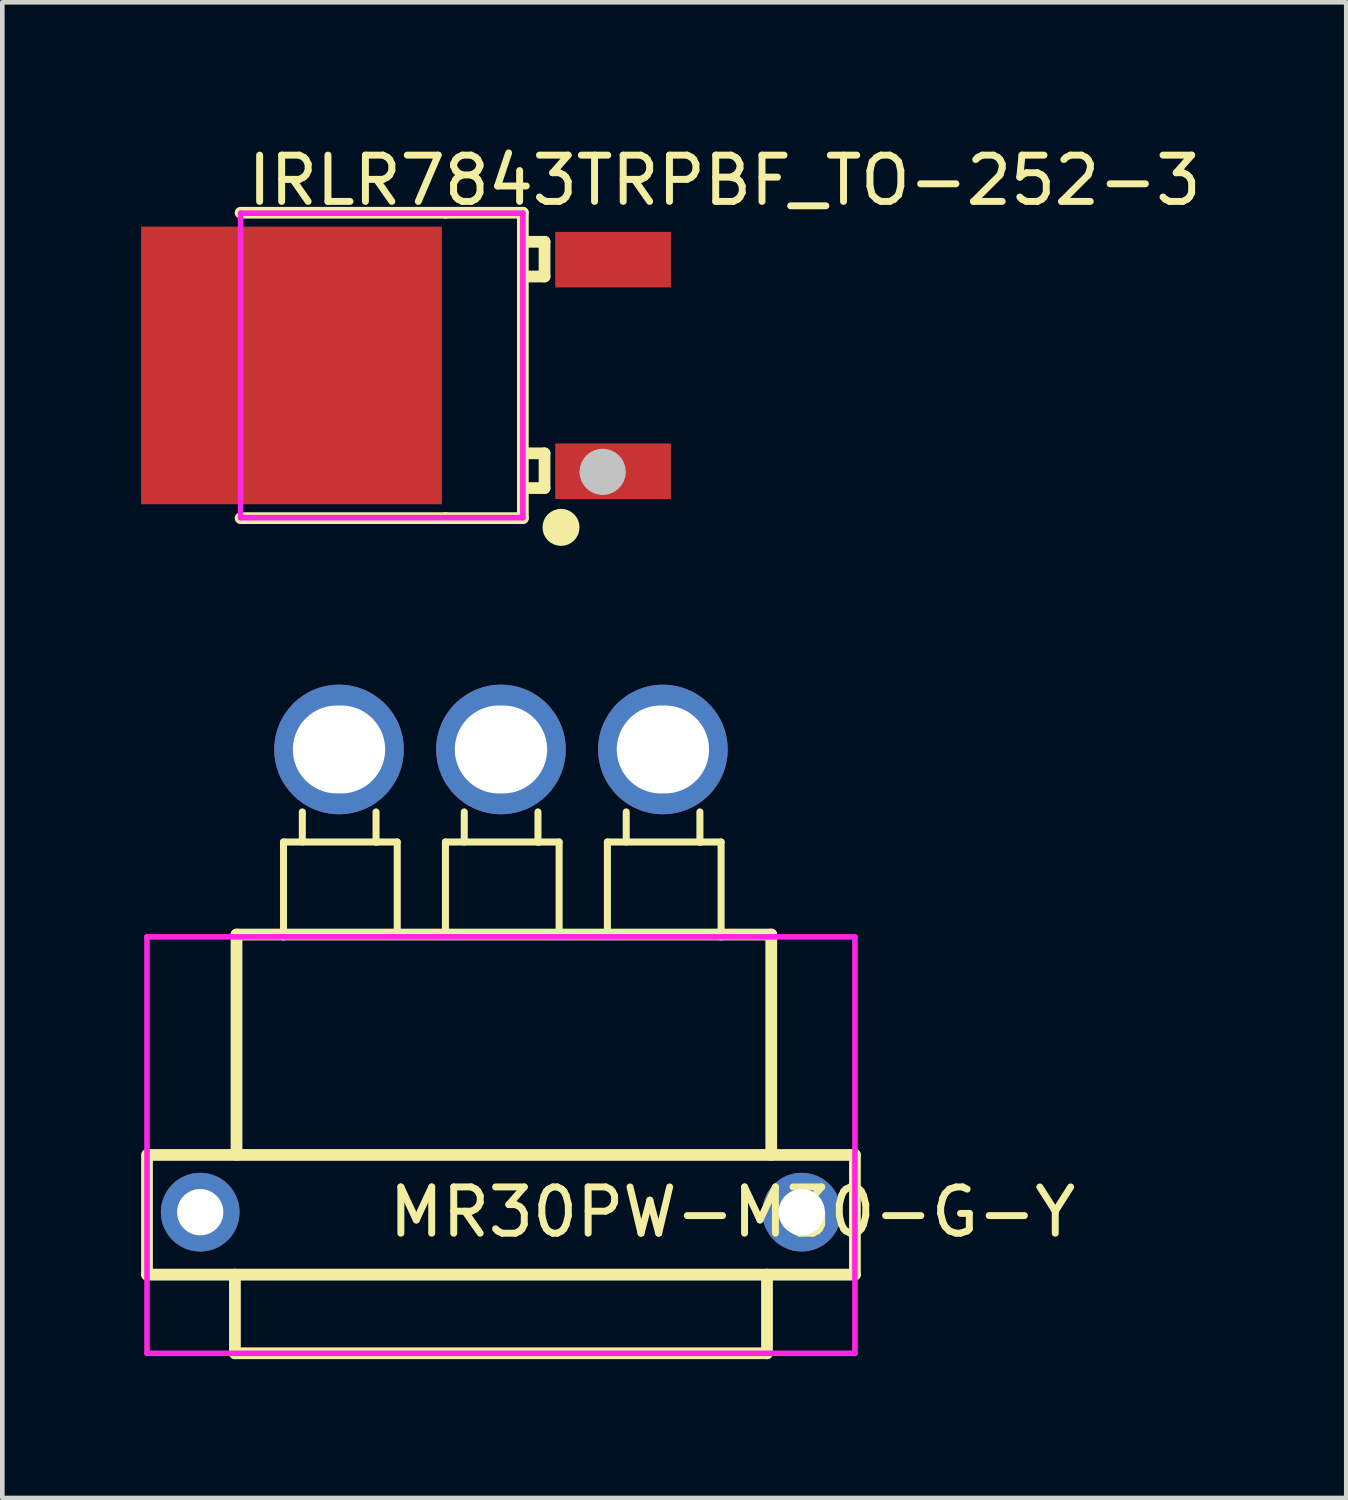
<source format=kicad_pcb>
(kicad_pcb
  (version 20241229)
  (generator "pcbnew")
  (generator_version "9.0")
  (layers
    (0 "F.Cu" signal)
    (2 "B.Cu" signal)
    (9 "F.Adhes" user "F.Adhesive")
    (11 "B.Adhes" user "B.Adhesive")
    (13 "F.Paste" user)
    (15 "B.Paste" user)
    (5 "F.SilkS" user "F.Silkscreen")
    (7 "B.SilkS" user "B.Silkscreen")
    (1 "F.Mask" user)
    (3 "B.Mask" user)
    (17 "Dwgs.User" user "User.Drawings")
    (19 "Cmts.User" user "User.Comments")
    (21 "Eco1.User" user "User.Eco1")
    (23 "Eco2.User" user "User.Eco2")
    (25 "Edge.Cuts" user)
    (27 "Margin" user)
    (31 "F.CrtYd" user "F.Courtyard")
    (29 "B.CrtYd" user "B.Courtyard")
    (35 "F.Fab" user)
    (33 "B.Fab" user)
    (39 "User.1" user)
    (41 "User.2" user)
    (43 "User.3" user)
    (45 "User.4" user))
  (footprint "MR30PW-M30-G-Y"
    (layer "F.Cu")
    (at 7.777 18.148)
    (property "Reference" "MR30PW-M30-G-Y" (at -2.5 5 0) (layer "F.SilkS") (effects (font (size 1 1) (thickness 0.15)) (justify left)))
    (attr through_hole)
    (fp_line (start -7.65 6.35) (end -7.65 3.763) (stroke (width 0.254) (type solid)) (layer "F.SilkS"))
    (fp_line (start -7.65 6.35) (end 7.65 6.35) (stroke (width 0.254) (type solid)) (layer "F.SilkS"))
    (fp_line (start -5.75 8.05) (end -5.75 6.35) (stroke (width 0.254) (type solid)) (layer "F.SilkS"))
    (fp_line (start -5.75 8.05) (end 5.75 8.05) (stroke (width 0.254) (type solid)) (layer "F.SilkS"))
    (fp_line (start -5.715 -1) (end -5.715 3.763) (stroke (width 0.254) (type solid)) (layer "F.SilkS"))
    (fp_line (start -4.7 -3) (end -2.242 -3) (stroke (width 0.152) (type solid)) (layer "F.SilkS"))
    (fp_line (start -4.7 -1) (end -5.715 -1) (stroke (width 0.254) (type solid)) (layer "F.SilkS"))
    (fp_line (start -4.7 -1) (end -4.7 -3) (stroke (width 0.152) (type solid)) (layer "F.SilkS"))
    (fp_line (start -4.7 -1) (end 4.758 -1) (stroke (width 0.254) (type solid)) (layer "F.SilkS"))
    (fp_line (start -4.293 -3) (end -4.293 -3.65) (stroke (width 0.152) (type solid)) (layer "F.SilkS"))
    (fp_line (start -2.7 -3.65) (end -2.7 -3) (stroke (width 0.152) (type solid)) (layer "F.SilkS"))
    (fp_line (start -2.7 -3) (end -2.675 -3) (stroke (width 0.152) (type solid)) (layer "F.SilkS"))
    (fp_line (start -2.242 -3) (end -2.242 -1) (stroke (width 0.152) (type solid)) (layer "F.SilkS"))
    (fp_line (start -1.2 -3) (end 1.257 -3) (stroke (width 0.152) (type solid)) (layer "F.SilkS"))
    (fp_line (start -1.2 -1) (end -1.2 -3) (stroke (width 0.152) (type solid)) (layer "F.SilkS"))
    (fp_line (start -0.793 -3) (end -0.793 -3.65) (stroke (width 0.152) (type solid)) (layer "F.SilkS"))
    (fp_line (start 0.8 -3.65) (end 0.8 -3) (stroke (width 0.152) (type solid)) (layer "F.SilkS"))
    (fp_line (start 0.8 -3) (end 0.825 -3) (stroke (width 0.152) (type solid)) (layer "F.SilkS"))
    (fp_line (start 1.257 -3) (end 1.257 -1) (stroke (width 0.152) (type solid)) (layer "F.SilkS"))
    (fp_line (start 2.3 -3) (end 4.758 -3) (stroke (width 0.152) (type solid)) (layer "F.SilkS"))
    (fp_line (start 2.3 -1) (end 2.3 -3) (stroke (width 0.152) (type solid)) (layer "F.SilkS"))
    (fp_line (start 2.707 -3) (end 2.707 -3.65) (stroke (width 0.152) (type solid)) (layer "F.SilkS"))
    (fp_line (start 4.3 -3.65) (end 4.3 -3) (stroke (width 0.152) (type solid)) (layer "F.SilkS"))
    (fp_line (start 4.3 -3) (end 4.325 -3) (stroke (width 0.152) (type solid)) (layer "F.SilkS"))
    (fp_line (start 4.758 -3) (end 4.758 -1) (stroke (width 0.152) (type solid)) (layer "F.SilkS"))
    (fp_line (start 4.758 -1) (end 5.842 -1) (stroke (width 0.254) (type solid)) (layer "F.SilkS"))
    (fp_line (start 5.75 8.05) (end 5.75 6.35) (stroke (width 0.254) (type solid)) (layer "F.SilkS"))
    (fp_line (start 5.842 -1) (end 5.842 3.763) (stroke (width 0.254) (type solid)) (layer "F.SilkS"))
    (fp_line (start 7.65 3.763) (end -7.62 3.763) (stroke (width 0.254) (type solid)) (layer "F.SilkS"))
    (fp_line (start 7.65 6.35) (end 7.65 3.763) (stroke (width 0.254) (type solid)) (layer "F.SilkS"))
    (fp_line (start -4.3 -5.8) (end -4.3 -0.9) (stroke (width 0.12) (type solid)) (layer "Eco2.User"))
    (fp_line (start -4.3 -0.9) (end -2.7 -0.9) (stroke (width 0.12) (type solid)) (layer "Eco2.User"))
    (fp_line (start -2.7 -5.8) (end -4.3 -5.8) (stroke (width 0.12) (type solid)) (layer "Eco2.User"))
    (fp_line (start -2.7 -0.9) (end -2.7 -5.8) (stroke (width 0.12) (type solid)) (layer "Eco2.User"))
    (fp_line (start -0.8 -5.8) (end -0.8 -0.9) (stroke (width 0.12) (type solid)) (layer "Eco2.User"))
    (fp_line (start -0.8 -0.9) (end 0.8 -0.9) (stroke (width 0.12) (type solid)) (layer "Eco2.User"))
    (fp_line (start 0.8 -5.8) (end -0.8 -5.8) (stroke (width 0.12) (type solid)) (layer "Eco2.User"))
    (fp_line (start 0.8 -0.9) (end 0.8 -5.8) (stroke (width 0.12) (type solid)) (layer "Eco2.User"))
    (fp_line (start 2.7 -5.8) (end 2.7 -0.9) (stroke (width 0.12) (type solid)) (layer "Eco2.User"))
    (fp_line (start 2.7 -0.9) (end 4.3 -0.9) (stroke (width 0.12) (type solid)) (layer "Eco2.User"))
    (fp_line (start 4.3 -5.8) (end 2.7 -5.8) (stroke (width 0.12) (type solid)) (layer "Eco2.User"))
    (fp_line (start 4.3 -0.9) (end 4.3 -5.8) (stroke (width 0.12) (type solid)) (layer "Eco2.User"))
    (fp_circle (center -7.65 -5.8) (end -7.62 -5.8) (stroke (width 0.06) (type solid)) (fill no) (layer "Eco2.User"))
    (fp_circle (center -6.5 5) (end -6.3 5) (stroke (width 0.4) (type solid)) (fill no) (layer "Eco2.User"))
    (fp_circle (center -3.5 -5) (end -3.1 -5) (stroke (width 0.8) (type solid)) (fill no) (layer "Eco2.User"))
    (fp_circle (center 0 -5) (end 0.4 -5) (stroke (width 0.8) (type solid)) (fill no) (layer "Eco2.User"))
    (fp_circle (center 3.5 -5) (end 3.9 -5) (stroke (width 0.8) (type solid)) (fill no) (layer "Eco2.User"))
    (fp_circle (center 6.5 5) (end 6.7 5) (stroke (width 0.4) (type solid)) (fill no) (layer "Eco2.User"))
    (fp_line (start -7.65 -0.95) (end 7.65 -0.95) (stroke (width 0.12) (type solid)) (layer "F.CrtYd"))
    (fp_line (start -7.65 8.05) (end -7.65 -0.95) (stroke (width 0.12) (type solid)) (layer "F.CrtYd"))
    (fp_line (start 7.65 -0.95) (end 7.65 8.05) (stroke (width 0.12) (type solid)) (layer "F.CrtYd"))
    (fp_line (start 7.65 8.05) (end -7.65 8.05) (stroke (width 0.12) (type solid)) (layer "F.CrtYd"))
    (pad "1" thru_hole circle (at -3.5 -5 180) (size 2.8 2.8) (drill oval 1.995 1.9) (layers "*.Cu" "*.Mask"))
    (pad "2" thru_hole circle (at 0 -5 180) (size 2.8 2.8) (drill oval 1.995 1.9) (layers "*.Cu" "*.Mask"))
    (pad "3" thru_hole circle (at 3.5 -5 180) (size 2.8 2.8) (drill oval 1.995 1.9) (layers "*.Cu" "*.Mask"))
    (pad "4" thru_hole circle (at 6.5 5 180) (size 1.7 1.7) (drill 1) (layers "*.Cu" "*.Mask"))
    (pad "5" thru_hole circle (at -6.5 5 180) (size 1.7 1.7) (drill 1) (layers "*.Cu" "*.Mask")))
  (footprint "IRLR7843TRPBF_TO-252-3"
    (layer "F.Cu")
    (at 6.725 4.848)
    (property "Reference" "IRLR7843TRPBF_TO-252-3" (at -4.5 -4 0) (layer "F.SilkS") (effects (font (size 1 1) (thickness 0.15)) (justify left)))
    (attr through_hole)
    (fp_line (start -0.144 -3.3) (end -4.575 -3.3) (stroke (width 0.254) (type solid)) (layer "F.SilkS"))
    (fp_line (start -0.144 -3.3) (end 1.525 -3.3) (stroke (width 0.254) (type solid)) (layer "F.SilkS"))
    (fp_line (start -0.144 3.3) (end -4.575 3.3) (stroke (width 0.254) (type solid)) (layer "F.SilkS"))
    (fp_line (start 1.525 -3.3) (end 1.525 3.3) (stroke (width 0.254) (type solid)) (layer "F.SilkS"))
    (fp_line (start 1.525 3.3) (end -0.144 3.3) (stroke (width 0.254) (type solid)) (layer "F.SilkS"))
    (fp_line (start 1.994 -2.672) (end 1.525 -2.672) (stroke (width 0.254) (type solid)) (layer "F.SilkS"))
    (fp_line (start 1.994 -2.672) (end 1.994 -1.922) (stroke (width 0.254) (type solid)) (layer "F.SilkS"))
    (fp_line (start 1.994 -1.922) (end 1.525 -1.922) (stroke (width 0.254) (type solid)) (layer "F.SilkS"))
    (fp_line (start 1.994 1.9) (end 1.525 1.9) (stroke (width 0.254) (type solid)) (layer "F.SilkS"))
    (fp_line (start 1.994 1.9) (end 1.994 2.65) (stroke (width 0.254) (type solid)) (layer "F.SilkS"))
    (fp_line (start 1.994 2.65) (end 1.525 2.65) (stroke (width 0.254) (type solid)) (layer "F.SilkS"))
    (fp_circle (center 2.35 3.5) (end 2.55 3.5) (stroke (width 0.4) (type solid)) (fill no) (layer "F.SilkS"))
    (fp_circle (center 3.25 2.3) (end 3.5 2.3) (stroke (width 0.5) (type solid)) (fill no) (layer "Dwgs.User"))
    (fp_line (start 1.425 -2.677) (end 2.568 -2.677) (stroke (width 0.12) (type solid)) (layer "Eco2.User"))
    (fp_line (start 1.425 -1.894) (end 1.425 -2.677) (stroke (width 0.12) (type solid)) (layer "Eco2.User"))
    (fp_line (start 1.425 1.895) (end 2.568 1.895) (stroke (width 0.12) (type solid)) (layer "Eco2.User"))
    (fp_line (start 1.425 2.678) (end 1.425 1.895) (stroke (width 0.12) (type solid)) (layer "Eco2.User"))
    (fp_line (start 2.568 -2.677) (end 2.568 -1.894) (stroke (width 0.12) (type solid)) (layer "Eco2.User"))
    (fp_line (start 2.568 -1.894) (end 1.425 -1.894) (stroke (width 0.12) (type solid)) (layer "Eco2.User"))
    (fp_line (start 2.568 1.895) (end 2.568 2.678) (stroke (width 0.12) (type solid)) (layer "Eco2.User"))
    (fp_line (start 2.568 2.678) (end 1.425 2.678) (stroke (width 0.12) (type solid)) (layer "Eco2.User"))
    (fp_circle (center 4.065 3.29) (end 4.095 3.29) (stroke (width 0.06) (type solid)) (fill no) (layer "Eco2.User"))
    (fp_poly (pts (xy -5.845 -2.665) (xy -0.445 -2.665) (xy -0.445 2.665) (xy -5.845 2.665)) (stroke (width 0.12) (type solid)) (fill no) (layer "Eco2.User"))
    (fp_poly (pts (xy 2.475 -2.677) (xy 4.065 -2.677) (xy 4.065 -1.895) (xy 2.475 -1.895)) (stroke (width 0.12) (type solid)) (fill no) (layer "Eco2.User"))
    (fp_poly (pts (xy 2.475 1.895) (xy 4.065 1.895) (xy 4.065 2.677) (xy 2.475 2.677)) (stroke (width 0.12) (type solid)) (fill no) (layer "Eco2.User"))
    (fp_line (start -4.575 -3.29) (end 1.525 -3.29) (stroke (width 0.12) (type solid)) (layer "F.CrtYd"))
    (fp_line (start -4.575 3.29) (end -4.575 -3.29) (stroke (width 0.12) (type solid)) (layer "F.CrtYd"))
    (fp_line (start 1.525 -3.29) (end 1.525 3.29) (stroke (width 0.12) (type solid)) (layer "F.CrtYd"))
    (fp_line (start 1.525 3.29) (end -4.575 3.29) (stroke (width 0.12) (type solid)) (layer "F.CrtYd"))
    (pad "1" smd rect (at 3.475 2.286) (size 2.5 1.2) (layers "F.Cu" "F.Mask" "F.Paste"))
    (pad "2" smd rect (at -3.475 0) (size 6.5 6) (layers "F.Cu" "F.Mask" "F.Paste"))
    (pad "3" smd rect (at 3.475 -2.286) (size 2.5 1.2) (layers "F.Cu" "F.Mask" "F.Paste")))
  (gr_rect
    (start -3 -3)
    (end 26.046 29.325)
    (stroke (width 0.1) (type default))
    (fill no)
    (layer "Edge.Cuts")))
</source>
